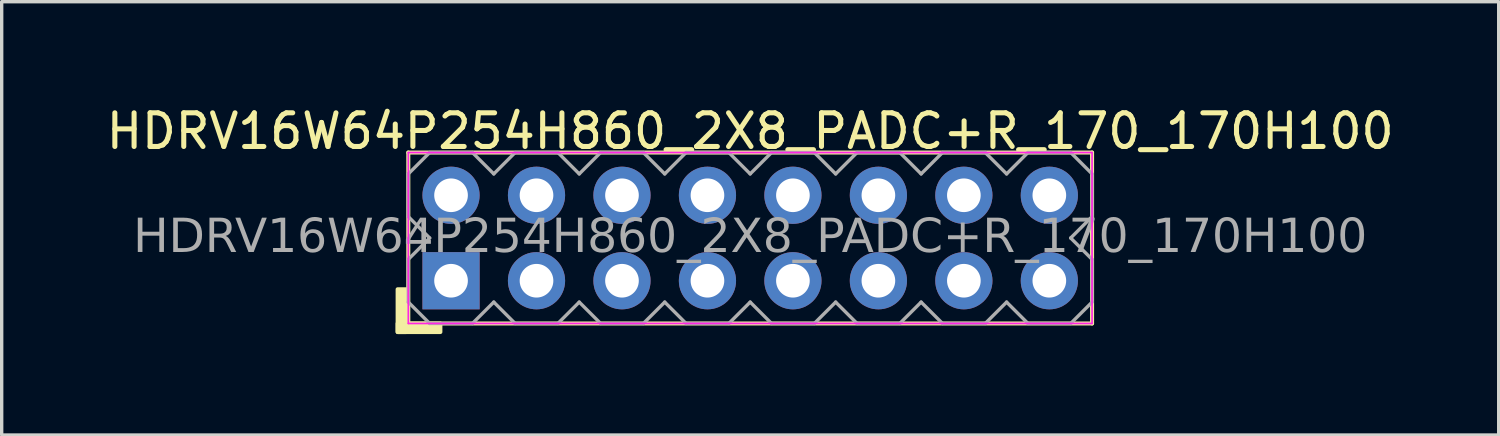
<source format=kicad_pcb>
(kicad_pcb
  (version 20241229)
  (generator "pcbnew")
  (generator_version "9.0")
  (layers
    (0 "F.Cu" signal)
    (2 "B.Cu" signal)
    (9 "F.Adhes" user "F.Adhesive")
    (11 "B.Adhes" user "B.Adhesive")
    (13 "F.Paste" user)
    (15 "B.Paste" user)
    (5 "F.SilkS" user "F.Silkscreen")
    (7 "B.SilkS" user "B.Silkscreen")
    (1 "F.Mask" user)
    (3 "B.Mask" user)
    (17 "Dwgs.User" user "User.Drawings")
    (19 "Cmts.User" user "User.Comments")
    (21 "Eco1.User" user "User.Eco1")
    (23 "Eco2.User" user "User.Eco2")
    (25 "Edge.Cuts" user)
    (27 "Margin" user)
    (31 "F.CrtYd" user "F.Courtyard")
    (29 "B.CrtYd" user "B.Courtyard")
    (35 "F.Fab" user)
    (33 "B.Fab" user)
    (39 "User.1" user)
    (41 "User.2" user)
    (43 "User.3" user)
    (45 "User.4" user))
  (footprint "HDRV16W64P254H860_2X8_PADC+R_170_170H100"
    (layer "F.Cu")
    (at 19.244 4.023)
    (property "Reference" "HDRV16W64P254H860_2X8_PADC+R_170_170H100" (at 0 -3.175 0) (layer "F.SilkS") (effects (font (size 1 1) (thickness 0.15))))
    (attr through_hole)
    (fp_line (start -10.16 2.54) (end -10.16 -2.54) (stroke (width 0.12) (type solid)) (layer "F.SilkS"))
    (fp_line (start 10.16 -2.54) (end -10.16 -2.54) (stroke (width 0.12) (type solid)) (layer "F.SilkS"))
    (fp_line (start 10.16 2.54) (end -10.16 2.54) (stroke (width 0.12) (type solid)) (layer "F.SilkS"))
    (fp_line (start 10.16 2.54) (end 10.16 -2.54) (stroke (width 0.12) (type solid)) (layer "F.SilkS"))
    (fp_rect (start -10.477 1.524) (end -10.223 2.794) (stroke (width 0.12) (type solid)) (fill yes) (layer "F.SilkS"))
    (fp_rect (start -10.477 2.54) (end -9.207 2.794) (stroke (width 0.12) (type solid)) (fill yes) (layer "F.SilkS"))
    (fp_line (start -10.16 2.54) (end -10.16 -2.54) (stroke (width 0.05) (type solid)) (layer "F.CrtYd"))
    (fp_line (start 10.16 -2.54) (end -10.16 -2.54) (stroke (width 0.05) (type solid)) (layer "F.CrtYd"))
    (fp_line (start 10.16 2.54) (end -10.16 2.54) (stroke (width 0.05) (type solid)) (layer "F.CrtYd"))
    (fp_line (start 10.16 2.54) (end 10.16 -2.54) (stroke (width 0.05) (type solid)) (layer "F.CrtYd"))
    (fp_line (start -10.16 -1.905) (end -10.16 -0.635) (stroke (width 0.1) (type solid)) (layer "F.Fab"))
    (fp_line (start -10.16 -1.905) (end -9.525 -2.54) (stroke (width 0.1) (type solid)) (layer "F.Fab"))
    (fp_line (start -10.16 0.635) (end -9.525 0) (stroke (width 0.1) (type solid)) (layer "F.Fab"))
    (fp_line (start -10.16 1.905) (end -10.16 0.635) (stroke (width 0.1) (type solid)) (layer "F.Fab"))
    (fp_line (start -9.525 -2.54) (end -8.255 -2.54) (stroke (width 0.1) (type solid)) (layer "F.Fab"))
    (fp_line (start -9.525 0) (end -10.16 -0.635) (stroke (width 0.1) (type solid)) (layer "F.Fab"))
    (fp_line (start -9.525 2.54) (end -10.16 1.905) (stroke (width 0.1) (type solid)) (layer "F.Fab"))
    (fp_line (start -8.255 -2.54) (end -7.62 -1.905) (stroke (width 0.1) (type solid)) (layer "F.Fab"))
    (fp_line (start -8.255 2.54) (end -9.525 2.54) (stroke (width 0.1) (type solid)) (layer "F.Fab"))
    (fp_line (start -7.62 -1.905) (end -6.985 -2.54) (stroke (width 0.1) (type solid)) (layer "F.Fab"))
    (fp_line (start -7.62 1.905) (end -8.255 2.54) (stroke (width 0.1) (type solid)) (layer "F.Fab"))
    (fp_line (start -6.985 -2.54) (end -5.715 -2.54) (stroke (width 0.1) (type solid)) (layer "F.Fab"))
    (fp_line (start -6.985 2.54) (end -7.62 1.905) (stroke (width 0.1) (type solid)) (layer "F.Fab"))
    (fp_line (start -5.715 -2.54) (end -5.08 -1.905) (stroke (width 0.1) (type solid)) (layer "F.Fab"))
    (fp_line (start -5.715 2.54) (end -6.985 2.54) (stroke (width 0.1) (type solid)) (layer "F.Fab"))
    (fp_line (start -5.08 -1.905) (end -4.445 -2.54) (stroke (width 0.1) (type solid)) (layer "F.Fab"))
    (fp_line (start -5.08 1.905) (end -5.715 2.54) (stroke (width 0.1) (type solid)) (layer "F.Fab"))
    (fp_line (start -4.445 -2.54) (end -3.175 -2.54) (stroke (width 0.1) (type solid)) (layer "F.Fab"))
    (fp_line (start -4.445 2.54) (end -5.08 1.905) (stroke (width 0.1) (type solid)) (layer "F.Fab"))
    (fp_line (start -3.175 -2.54) (end -2.54 -1.905) (stroke (width 0.1) (type solid)) (layer "F.Fab"))
    (fp_line (start -3.175 2.54) (end -4.445 2.54) (stroke (width 0.1) (type solid)) (layer "F.Fab"))
    (fp_line (start -2.54 -1.905) (end -1.905 -2.54) (stroke (width 0.1) (type solid)) (layer "F.Fab"))
    (fp_line (start -2.54 1.905) (end -3.175 2.54) (stroke (width 0.1) (type solid)) (layer "F.Fab"))
    (fp_line (start -1.905 -2.54) (end -0.635 -2.54) (stroke (width 0.1) (type solid)) (layer "F.Fab"))
    (fp_line (start -1.905 2.54) (end -2.54 1.905) (stroke (width 0.1) (type solid)) (layer "F.Fab"))
    (fp_line (start -0.635 -2.54) (end 0 -1.905) (stroke (width 0.1) (type solid)) (layer "F.Fab"))
    (fp_line (start -0.635 2.54) (end -1.905 2.54) (stroke (width 0.1) (type solid)) (layer "F.Fab"))
    (fp_line (start 0 -1.905) (end 0.635 -2.54) (stroke (width 0.1) (type solid)) (layer "F.Fab"))
    (fp_line (start 0 1.905) (end -0.635 2.54) (stroke (width 0.1) (type solid)) (layer "F.Fab"))
    (fp_line (start 0.635 -2.54) (end 1.905 -2.54) (stroke (width 0.1) (type solid)) (layer "F.Fab"))
    (fp_line (start 0.635 2.54) (end 0 1.905) (stroke (width 0.1) (type solid)) (layer "F.Fab"))
    (fp_line (start 1.905 -2.54) (end 2.54 -1.905) (stroke (width 0.1) (type solid)) (layer "F.Fab"))
    (fp_line (start 1.905 2.54) (end 0.635 2.54) (stroke (width 0.1) (type solid)) (layer "F.Fab"))
    (fp_line (start 2.54 -1.905) (end 3.175 -2.54) (stroke (width 0.1) (type solid)) (layer "F.Fab"))
    (fp_line (start 2.54 1.905) (end 1.905 2.54) (stroke (width 0.1) (type solid)) (layer "F.Fab"))
    (fp_line (start 3.175 -2.54) (end 4.445 -2.54) (stroke (width 0.1) (type solid)) (layer "F.Fab"))
    (fp_line (start 3.175 2.54) (end 2.54 1.905) (stroke (width 0.1) (type solid)) (layer "F.Fab"))
    (fp_line (start 4.445 -2.54) (end 5.08 -1.905) (stroke (width 0.1) (type solid)) (layer "F.Fab"))
    (fp_line (start 4.445 2.54) (end 3.175 2.54) (stroke (width 0.1) (type solid)) (layer "F.Fab"))
    (fp_line (start 5.08 -1.905) (end 5.715 -2.54) (stroke (width 0.1) (type solid)) (layer "F.Fab"))
    (fp_line (start 5.08 1.905) (end 4.445 2.54) (stroke (width 0.1) (type solid)) (layer "F.Fab"))
    (fp_line (start 5.715 -2.54) (end 6.985 -2.54) (stroke (width 0.1) (type solid)) (layer "F.Fab"))
    (fp_line (start 5.715 2.54) (end 5.08 1.905) (stroke (width 0.1) (type solid)) (layer "F.Fab"))
    (fp_line (start 6.985 -2.54) (end 7.62 -1.905) (stroke (width 0.1) (type solid)) (layer "F.Fab"))
    (fp_line (start 6.985 2.54) (end 5.715 2.54) (stroke (width 0.1) (type solid)) (layer "F.Fab"))
    (fp_line (start 7.62 -1.905) (end 8.255 -2.54) (stroke (width 0.1) (type solid)) (layer "F.Fab"))
    (fp_line (start 7.62 1.905) (end 6.985 2.54) (stroke (width 0.1) (type solid)) (layer "F.Fab"))
    (fp_line (start 8.255 -2.54) (end 9.525 -2.54) (stroke (width 0.1) (type solid)) (layer "F.Fab"))
    (fp_line (start 8.255 2.54) (end 7.62 1.905) (stroke (width 0.1) (type solid)) (layer "F.Fab"))
    (fp_line (start 9.525 -2.54) (end 10.16 -1.905) (stroke (width 0.1) (type solid)) (layer "F.Fab"))
    (fp_line (start 9.525 0) (end 10.16 0.635) (stroke (width 0.1) (type solid)) (layer "F.Fab"))
    (fp_line (start 9.525 2.54) (end 8.255 2.54) (stroke (width 0.1) (type solid)) (layer "F.Fab"))
    (fp_line (start 10.16 -1.905) (end 10.16 -0.635) (stroke (width 0.1) (type solid)) (layer "F.Fab"))
    (fp_line (start 10.16 -0.635) (end 9.525 0) (stroke (width 0.1) (type solid)) (layer "F.Fab"))
    (fp_line (start 10.16 0.635) (end 10.16 1.905) (stroke (width 0.1) (type solid)) (layer "F.Fab"))
    (fp_line (start 10.16 1.905) (end 9.525 2.54) (stroke (width 0.1) (type solid)) (layer "F.Fab"))
    (fp_rect (start -8.636 -1.524) (end -9.144 -1.016) (stroke (width 0.1) (type solid)) (fill no) (layer "F.Fab"))
    (fp_rect (start -8.636 1.016) (end -9.144 1.524) (stroke (width 0.1) (type solid)) (fill no) (layer "F.Fab"))
    (fp_rect (start -6.096 -1.524) (end -6.604 -1.016) (stroke (width 0.1) (type solid)) (fill no) (layer "F.Fab"))
    (fp_rect (start -6.096 1.016) (end -6.604 1.524) (stroke (width 0.1) (type solid)) (fill no) (layer "F.Fab"))
    (fp_rect (start -3.556 -1.524) (end -4.064 -1.016) (stroke (width 0.1) (type solid)) (fill no) (layer "F.Fab"))
    (fp_rect (start -3.556 1.016) (end -4.064 1.524) (stroke (width 0.1) (type solid)) (fill no) (layer "F.Fab"))
    (fp_rect (start -1.016 -1.524) (end -1.524 -1.016) (stroke (width 0.1) (type solid)) (fill no) (layer "F.Fab"))
    (fp_rect (start -1.016 1.016) (end -1.524 1.524) (stroke (width 0.1) (type solid)) (fill no) (layer "F.Fab"))
    (fp_rect (start 1.524 -1.524) (end 1.016 -1.016) (stroke (width 0.1) (type solid)) (fill no) (layer "F.Fab"))
    (fp_rect (start 1.524 1.016) (end 1.016 1.524) (stroke (width 0.1) (type solid)) (fill no) (layer "F.Fab"))
    (fp_rect (start 4.064 -1.524) (end 3.556 -1.016) (stroke (width 0.1) (type solid)) (fill no) (layer "F.Fab"))
    (fp_rect (start 4.064 1.016) (end 3.556 1.524) (stroke (width 0.1) (type solid)) (fill no) (layer "F.Fab"))
    (fp_rect (start 6.604 -1.524) (end 6.096 -1.016) (stroke (width 0.1) (type solid)) (fill no) (layer "F.Fab"))
    (fp_rect (start 6.604 1.016) (end 6.096 1.524) (stroke (width 0.1) (type solid)) (fill no) (layer "F.Fab"))
    (fp_rect (start 9.144 -1.524) (end 8.636 -1.016) (stroke (width 0.1) (type solid)) (fill no) (layer "F.Fab"))
    (fp_rect (start 9.144 1.016) (end 8.636 1.524) (stroke (width 0.1) (type solid)) (fill no) (layer "F.Fab"))
    (fp_text user "${REFERENCE}" (at 0 0 0) (layer "F.Fab") (effects (font (face "Tahoma") (size 1 1) (thickness 0.15))))
    (pad "1" thru_hole rect (at -8.89 1.27) (size 1.7 1.7) (drill 1) (layers "*.Cu" "*.Mask"))
    (pad "2" thru_hole circle (at -8.89 -1.27) (size 1.7 1.7) (drill 1) (layers "*.Cu" "*.Mask"))
    (pad "3" thru_hole circle (at -6.35 1.27) (size 1.7 1.7) (drill 1) (layers "*.Cu" "*.Mask"))
    (pad "4" thru_hole circle (at -6.35 -1.27) (size 1.7 1.7) (drill 1) (layers "*.Cu" "*.Mask"))
    (pad "5" thru_hole circle (at -3.81 1.27) (size 1.7 1.7) (drill 1) (layers "*.Cu" "*.Mask"))
    (pad "6" thru_hole circle (at -3.81 -1.27) (size 1.7 1.7) (drill 1) (layers "*.Cu" "*.Mask"))
    (pad "7" thru_hole circle (at -1.27 1.27) (size 1.7 1.7) (drill 1) (layers "*.Cu" "*.Mask"))
    (pad "8" thru_hole circle (at -1.27 -1.27) (size 1.7 1.7) (drill 1) (layers "*.Cu" "*.Mask"))
    (pad "9" thru_hole circle (at 1.27 1.27) (size 1.7 1.7) (drill 1) (layers "*.Cu" "*.Mask"))
    (pad "10" thru_hole circle (at 1.27 -1.27) (size 1.7 1.7) (drill 1) (layers "*.Cu" "*.Mask"))
    (pad "11" thru_hole circle (at 3.81 1.27) (size 1.7 1.7) (drill 1) (layers "*.Cu" "*.Mask"))
    (pad "12" thru_hole circle (at 3.81 -1.27) (size 1.7 1.7) (drill 1) (layers "*.Cu" "*.Mask"))
    (pad "13" thru_hole circle (at 6.35 1.27) (size 1.7 1.7) (drill 1) (layers "*.Cu" "*.Mask"))
    (pad "14" thru_hole circle (at 6.35 -1.27) (size 1.7 1.7) (drill 1) (layers "*.Cu" "*.Mask"))
    (pad "15" thru_hole circle (at 8.89 1.27) (size 1.7 1.7) (drill 1) (layers "*.Cu" "*.Mask"))
    (pad "16" thru_hole circle (at 8.89 -1.27) (size 1.7 1.7) (drill 1) (layers "*.Cu" "*.Mask")))
  (gr_rect
    (start -3 -3)
    (end 41.488 9.877)
    (stroke (width 0.1) (type default))
    (fill no)
    (layer "Edge.Cuts")))
</source>
